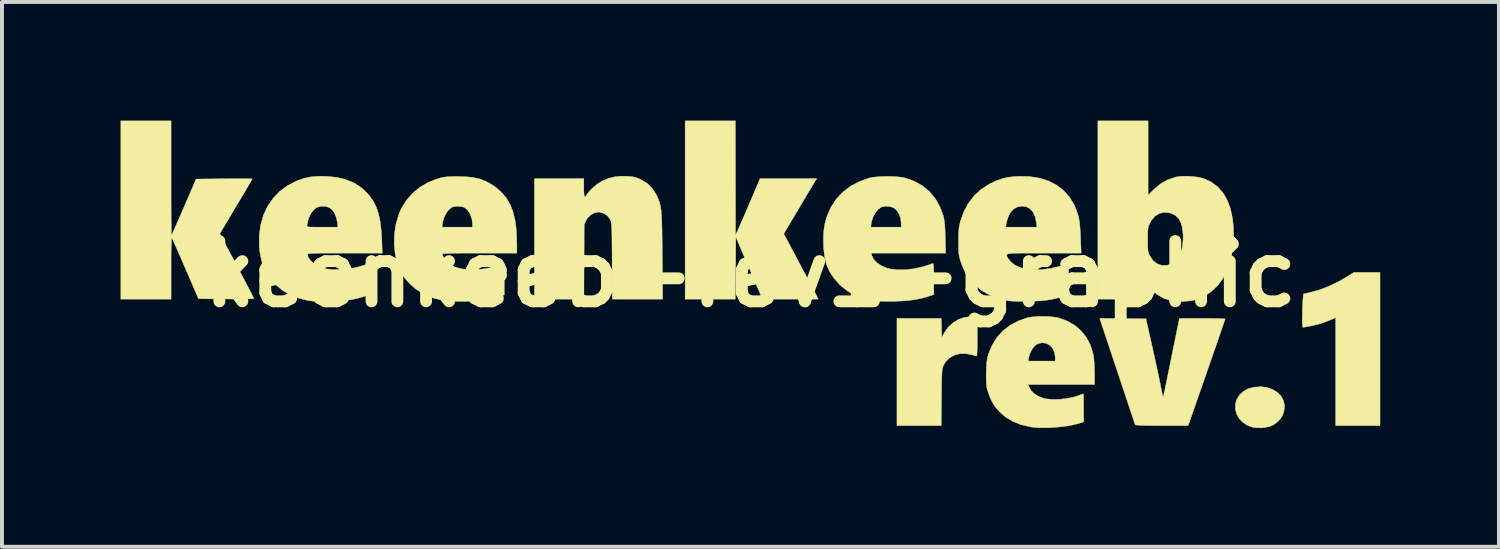
<source format=kicad_pcb>
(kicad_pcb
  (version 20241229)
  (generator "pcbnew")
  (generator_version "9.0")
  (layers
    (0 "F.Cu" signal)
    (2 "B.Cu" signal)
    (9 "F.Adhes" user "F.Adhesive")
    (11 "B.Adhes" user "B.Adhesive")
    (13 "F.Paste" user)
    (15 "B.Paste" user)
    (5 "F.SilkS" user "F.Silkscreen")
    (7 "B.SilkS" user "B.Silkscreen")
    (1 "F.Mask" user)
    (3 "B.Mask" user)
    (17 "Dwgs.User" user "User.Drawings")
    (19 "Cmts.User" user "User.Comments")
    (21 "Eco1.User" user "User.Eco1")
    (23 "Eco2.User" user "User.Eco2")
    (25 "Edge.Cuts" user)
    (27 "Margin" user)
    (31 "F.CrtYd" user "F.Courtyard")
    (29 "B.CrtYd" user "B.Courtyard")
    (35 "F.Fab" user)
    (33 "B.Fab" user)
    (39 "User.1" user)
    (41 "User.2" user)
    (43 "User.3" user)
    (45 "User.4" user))
  (footprint "keenkeeb-rev1-graphic"
    (layer "F.Cu")
    (at 15.922 3.878)
    (property "Reference" "keenkeeb-rev1-graphic" (at 0 0 0) (layer "F.SilkS") (effects (font (size 1.524 1.524) (thickness 0.3))))
    (attr through_hole)
    (fp_poly (pts (xy 15.917 3.831) (xy 14.796 3.831) (xy 14.796 1.101) (xy 14.674 1.156) (xy 14.413 1.255) (xy 14.179 1.311) (xy 14.1 1.325) (xy 14.033 1.338) (xy 13.996 1.345) (xy 13.977 1.348) (xy 13.964 1.343) (xy 13.956 1.323) (xy 13.952 1.282) (xy 13.951 1.212) (xy 13.951 1.108) (xy 13.952 1.085) (xy 13.954 0.964) (xy 13.958 0.841) (xy 13.963 0.731) (xy 13.967 0.658) (xy 13.981 0.501) (xy 14.118 0.473) (xy 14.365 0.408) (xy 14.623 0.31) (xy 14.882 0.185) (xy 15.094 0.061) (xy 15.255 -0.042) (xy 15.917 -0.042) (xy 15.917 3.831)) (stroke (width 0.01) (type solid)) (fill yes) (layer "F.SilkS"))
    (fp_poly (pts (xy 13.065 2.869) (xy 13.203 2.917) (xy 13.321 2.99) (xy 13.414 3.084) (xy 13.476 3.197) (xy 13.503 3.325) (xy 13.504 3.353) (xy 13.484 3.492) (xy 13.427 3.619) (xy 13.339 3.728) (xy 13.225 3.812) (xy 13.111 3.859) (xy 12.936 3.889) (xy 12.763 3.884) (xy 12.694 3.872) (xy 12.555 3.821) (xy 12.44 3.744) (xy 12.351 3.646) (xy 12.29 3.533) (xy 12.259 3.411) (xy 12.261 3.286) (xy 12.298 3.165) (xy 12.371 3.052) (xy 12.377 3.045) (xy 12.472 2.959) (xy 12.58 2.901) (xy 12.714 2.864) (xy 12.746 2.859) (xy 12.911 2.848) (xy 13.065 2.869)) (stroke (width 0.01) (type solid)) (fill yes) (layer "F.SilkS"))
    (fp_poly (pts (xy 5.66 1.088) (xy 5.736 1.103) (xy 5.736 1.588) (xy 5.736 1.727) (xy 5.734 1.85) (xy 5.731 1.951) (xy 5.727 2.026) (xy 5.723 2.068) (xy 5.72 2.074) (xy 5.692 2.068) (xy 5.639 2.054) (xy 5.601 2.042) (xy 5.438 2.011) (xy 5.284 2.015) (xy 5.145 2.054) (xy 5.025 2.126) (xy 4.928 2.228) (xy 4.882 2.307) (xy 4.87 2.335) (xy 4.86 2.364) (xy 4.852 2.4) (xy 4.846 2.447) (xy 4.842 2.511) (xy 4.838 2.595) (xy 4.835 2.704) (xy 4.833 2.844) (xy 4.831 3.02) (xy 4.83 3.117) (xy 4.823 3.831) (xy 3.704 3.831) (xy 3.704 1.122) (xy 4.825 1.122) (xy 4.837 1.598) (xy 4.903 1.482) (xy 5.002 1.342) (xy 5.125 1.229) (xy 5.266 1.145) (xy 5.416 1.094) (xy 5.57 1.079) (xy 5.66 1.088)) (stroke (width 0.01) (type solid)) (fill yes) (layer "F.SilkS"))
    (fp_poly (pts (xy -0.379 -2.429) (xy -0.377 -0.984) (xy -0.317 -1.111) (xy -0.294 -1.163) (xy -0.256 -1.248) (xy -0.207 -1.36) (xy -0.15 -1.491) (xy -0.088 -1.637) (xy -0.022 -1.791) (xy -0.007 -1.825) (xy 0.243 -2.412) (xy 0.96 -2.413) (xy 1.677 -2.413) (xy 1.646 -2.365) (xy 1.628 -2.337) (xy 1.592 -2.276) (xy 1.539 -2.188) (xy 1.472 -2.076) (xy 1.395 -1.947) (xy 1.309 -1.803) (xy 1.229 -1.668) (xy 0.843 -1.018) (xy 1.234 -0.281) (xy 1.322 -0.115) (xy 1.405 0.042) (xy 1.482 0.187) (xy 1.549 0.314) (xy 1.604 0.418) (xy 1.644 0.495) (xy 1.668 0.54) (xy 1.67 0.545) (xy 1.715 0.635) (xy 1.011 0.635) (xy 0.307 0.635) (xy -0.032 -0.151) (xy -0.37 -0.937) (xy -0.376 -0.151) (xy -0.382 0.635) (xy -1.651 0.635) (xy -1.651 -3.873) (xy -0.381 -3.873) (xy -0.379 -2.429)) (stroke (width 0.01) (type solid)) (fill yes) (layer "F.SilkS"))
    (fp_poly (pts (xy -3.142 -2.472) (xy -3.035 -2.466) (xy -2.955 -2.455) (xy -2.885 -2.437) (xy -2.812 -2.408) (xy -2.777 -2.392) (xy -2.618 -2.297) (xy -2.487 -2.171) (xy -2.384 -2.014) (xy -2.369 -1.982) (xy -2.341 -1.922) (xy -2.318 -1.866) (xy -2.298 -1.81) (xy -2.282 -1.75) (xy -2.269 -1.683) (xy -2.258 -1.604) (xy -2.25 -1.509) (xy -2.243 -1.395) (xy -2.239 -1.257) (xy -2.235 -1.091) (xy -2.232 -0.895) (xy -2.23 -0.662) (xy -2.228 -0.46) (xy -2.219 0.635) (xy -3.491 0.635) (xy -3.497 -0.333) (xy -3.498 -0.561) (xy -3.5 -0.75) (xy -3.501 -0.905) (xy -3.503 -1.029) (xy -3.506 -1.127) (xy -3.509 -1.202) (xy -3.513 -1.259) (xy -3.519 -1.3) (xy -3.525 -1.332) (xy -3.534 -1.356) (xy -3.544 -1.378) (xy -3.552 -1.393) (xy -3.619 -1.477) (xy -3.712 -1.537) (xy -3.819 -1.565) (xy -3.843 -1.566) (xy -3.944 -1.547) (xy -4.04 -1.493) (xy -4.119 -1.413) (xy -4.148 -1.366) (xy -4.202 -1.261) (xy -4.208 -0.313) (xy -4.215 0.635) (xy -5.461 0.635) (xy -5.461 -2.413) (xy -4.212 -2.413) (xy -4.212 -2.18) (xy -4.211 -2.087) (xy -4.206 -2.011) (xy -4.199 -1.962) (xy -4.193 -1.947) (xy -4.17 -1.964) (xy -4.138 -2.005) (xy -4.128 -2.02) (xy -4.063 -2.104) (xy -3.972 -2.193) (xy -3.868 -2.277) (xy -3.764 -2.343) (xy -3.735 -2.358) (xy -3.579 -2.422) (xy -3.428 -2.459) (xy -3.267 -2.474) (xy -3.142 -2.472)) (stroke (width 0.01) (type solid)) (fill yes) (layer "F.SilkS"))
    (fp_poly (pts (xy 9.415 1.127) (xy 10 1.132) (xy 10.163 1.863) (xy 10.204 2.047) (xy 10.245 2.231) (xy 10.283 2.408) (xy 10.317 2.569) (xy 10.346 2.708) (xy 10.369 2.818) (xy 10.378 2.868) (xy 10.402 2.985) (xy 10.42 3.061) (xy 10.433 3.096) (xy 10.442 3.092) (xy 10.442 3.09) (xy 10.449 3.059) (xy 10.463 2.991) (xy 10.484 2.89) (xy 10.511 2.761) (xy 10.542 2.608) (xy 10.578 2.435) (xy 10.616 2.247) (xy 10.65 2.08) (xy 10.845 1.122) (xy 11.423 1.122) (xy 11.575 1.122) (xy 11.712 1.124) (xy 11.828 1.126) (xy 11.919 1.128) (xy 11.978 1.131) (xy 12.001 1.135) (xy 12.002 1.135) (xy 11.995 1.156) (xy 11.975 1.213) (xy 11.945 1.303) (xy 11.905 1.42) (xy 11.856 1.562) (xy 11.8 1.724) (xy 11.738 1.903) (xy 11.672 2.094) (xy 11.602 2.294) (xy 11.531 2.498) (xy 11.46 2.704) (xy 11.389 2.906) (xy 11.321 3.102) (xy 11.257 3.286) (xy 11.198 3.455) (xy 11.145 3.606) (xy 11.1 3.734) (xy 11.09 3.762) (xy 11.066 3.831) (xy 10.401 3.831) (xy 10.205 3.831) (xy 10.049 3.83) (xy 9.928 3.827) (xy 9.838 3.824) (xy 9.777 3.819) (xy 9.741 3.813) (xy 9.726 3.806) (xy 9.725 3.805) (xy 9.717 3.781) (xy 9.697 3.72) (xy 9.665 3.625) (xy 9.623 3.501) (xy 9.573 3.35) (xy 9.515 3.176) (xy 9.45 2.982) (xy 9.38 2.772) (xy 9.306 2.549) (xy 9.273 2.45) (xy 8.83 1.121) (xy 9.415 1.127)) (stroke (width 0.01) (type solid)) (fill yes) (layer "F.SilkS"))
    (fp_poly (pts (xy -14.647 -2.42) (xy -14.647 -2.177) (xy -14.647 -1.946) (xy -14.646 -1.732) (xy -14.645 -1.538) (xy -14.644 -1.368) (xy -14.642 -1.224) (xy -14.641 -1.11) (xy -14.639 -1.029) (xy -14.637 -0.985) (xy -14.636 -0.978) (xy -14.625 -0.999) (xy -14.6 -1.055) (xy -14.561 -1.141) (xy -14.512 -1.253) (xy -14.454 -1.386) (xy -14.389 -1.535) (xy -14.319 -1.696) (xy -14.014 -2.402) (xy -13.304 -2.408) (xy -13.136 -2.409) (xy -12.981 -2.41) (xy -12.846 -2.41) (xy -12.735 -2.409) (xy -12.653 -2.408) (xy -12.605 -2.407) (xy -12.594 -2.405) (xy -12.605 -2.386) (xy -12.634 -2.334) (xy -12.681 -2.254) (xy -12.743 -2.15) (xy -12.816 -2.025) (xy -12.9 -1.884) (xy -12.991 -1.731) (xy -13.005 -1.708) (xy -13.415 -1.02) (xy -12.984 -0.208) (xy -12.893 -0.037) (xy -12.809 0.122) (xy -12.734 0.266) (xy -12.669 0.39) (xy -12.616 0.492) (xy -12.578 0.566) (xy -12.557 0.61) (xy -12.552 0.619) (xy -12.573 0.623) (xy -12.63 0.626) (xy -12.72 0.629) (xy -12.838 0.63) (xy -12.978 0.631) (xy -13.136 0.631) (xy -13.253 0.63) (xy -13.954 0.624) (xy -14.285 -0.141) (xy -14.358 -0.31) (xy -14.427 -0.467) (xy -14.488 -0.608) (xy -14.541 -0.727) (xy -14.584 -0.822) (xy -14.614 -0.888) (xy -14.63 -0.92) (xy -14.632 -0.923) (xy -14.635 -0.906) (xy -14.638 -0.851) (xy -14.641 -0.763) (xy -14.644 -0.647) (xy -14.646 -0.506) (xy -14.647 -0.346) (xy -14.647 -0.17) (xy -14.647 -0.152) (xy -14.647 0.635) (xy -15.917 0.635) (xy -15.917 -3.873) (xy -14.647 -3.873) (xy -14.647 -2.42)) (stroke (width 0.01) (type solid)) (fill yes) (layer "F.SilkS"))
    (fp_poly (pts (xy 10.054 -1.994) (xy 10.2 -2.14) (xy 10.365 -2.278) (xy 10.548 -2.382) (xy 10.741 -2.448) (xy 10.784 -2.458) (xy 10.903 -2.471) (xy 11.044 -2.473) (xy 11.191 -2.464) (xy 11.329 -2.447) (xy 11.443 -2.42) (xy 11.46 -2.415) (xy 11.649 -2.327) (xy 11.811 -2.207) (xy 11.946 -2.054) (xy 12.054 -1.87) (xy 12.135 -1.654) (xy 12.188 -1.407) (xy 12.209 -1.206) (xy 12.215 -0.897) (xy 12.191 -0.61) (xy 12.138 -0.345) (xy 12.057 -0.106) (xy 11.949 0.106) (xy 11.814 0.29) (xy 11.654 0.443) (xy 11.47 0.564) (xy 11.301 0.637) (xy 11.19 0.665) (xy 11.054 0.684) (xy 10.909 0.693) (xy 10.768 0.691) (xy 10.647 0.677) (xy 10.614 0.67) (xy 10.443 0.61) (xy 10.289 0.519) (xy 10.179 0.429) (xy 10.054 0.313) (xy 10.054 0.635) (xy 8.784 0.635) (xy 8.784 -0.868) (xy 10.044 -0.868) (xy 10.044 -0.747) (xy 10.046 -0.659) (xy 10.051 -0.595) (xy 10.06 -0.548) (xy 10.074 -0.506) (xy 10.095 -0.463) (xy 10.101 -0.452) (xy 10.181 -0.338) (xy 10.281 -0.26) (xy 10.395 -0.22) (xy 10.521 -0.22) (xy 10.611 -0.242) (xy 10.723 -0.304) (xy 10.812 -0.4) (xy 10.879 -0.529) (xy 10.921 -0.688) (xy 10.939 -0.875) (xy 10.938 -0.998) (xy 10.919 -1.171) (xy 10.88 -1.309) (xy 10.818 -1.414) (xy 10.732 -1.49) (xy 10.62 -1.54) (xy 10.586 -1.549) (xy 10.454 -1.559) (xy 10.334 -1.53) (xy 10.228 -1.463) (xy 10.139 -1.36) (xy 10.103 -1.297) (xy 10.08 -1.247) (xy 10.064 -1.203) (xy 10.053 -1.155) (xy 10.047 -1.096) (xy 10.044 -1.014) (xy 10.044 -0.902) (xy 10.044 -0.868) (xy 8.784 -0.868) (xy 8.784 -3.873) (xy 10.054 -3.873) (xy 10.054 -1.994)) (stroke (width 0.01) (type solid)) (fill yes) (layer "F.SilkS"))
    (fp_poly (pts (xy 7.532 1.074) (xy 7.67 1.086) (xy 7.781 1.106) (xy 7.787 1.108) (xy 8.006 1.186) (xy 8.199 1.296) (xy 8.362 1.436) (xy 8.496 1.605) (xy 8.596 1.799) (xy 8.663 2.018) (xy 8.667 2.036) (xy 8.683 2.146) (xy 8.694 2.286) (xy 8.699 2.444) (xy 8.7 2.497) (xy 8.7 2.794) (xy 7.024 2.794) (xy 7.039 2.842) (xy 7.087 2.937) (xy 7.171 3.022) (xy 7.282 3.091) (xy 7.414 3.141) (xy 7.469 3.154) (xy 7.63 3.17) (xy 7.812 3.167) (xy 8.001 3.146) (xy 8.182 3.108) (xy 8.303 3.069) (xy 8.364 3.046) (xy 8.407 3.031) (xy 8.419 3.027) (xy 8.421 3.047) (xy 8.422 3.102) (xy 8.423 3.186) (xy 8.424 3.292) (xy 8.424 3.383) (xy 8.424 3.739) (xy 8.313 3.774) (xy 8.149 3.815) (xy 7.958 3.849) (xy 7.752 3.872) (xy 7.543 3.885) (xy 7.344 3.887) (xy 7.165 3.876) (xy 7.08 3.864) (xy 6.84 3.808) (xy 6.63 3.724) (xy 6.447 3.613) (xy 6.309 3.494) (xy 6.21 3.385) (xy 6.133 3.273) (xy 6.069 3.145) (xy 6.019 3.014) (xy 5.995 2.943) (xy 5.979 2.881) (xy 5.969 2.818) (xy 5.963 2.741) (xy 5.961 2.642) (xy 5.96 2.54) (xy 5.963 2.371) (xy 5.974 2.232) (xy 5.979 2.201) (xy 7.022 2.201) (xy 7.705 2.201) (xy 7.705 2.099) (xy 7.688 1.98) (xy 7.641 1.88) (xy 7.572 1.803) (xy 7.484 1.754) (xy 7.386 1.736) (xy 7.283 1.755) (xy 7.24 1.774) (xy 7.176 1.827) (xy 7.116 1.909) (xy 7.067 2.006) (xy 7.037 2.105) (xy 7.036 2.111) (xy 7.022 2.201) (xy 5.979 2.201) (xy 5.994 2.111) (xy 6.028 1.997) (xy 6.077 1.876) (xy 6.119 1.787) (xy 6.235 1.598) (xy 6.384 1.434) (xy 6.565 1.295) (xy 6.775 1.184) (xy 6.993 1.107) (xy 7.1 1.087) (xy 7.234 1.074) (xy 7.383 1.07) (xy 7.532 1.074)) (stroke (width 0.01) (type solid)) (fill yes) (layer "F.SilkS"))
    (fp_poly (pts (xy 3.546 -2.467) (xy 3.694 -2.46) (xy 3.824 -2.446) (xy 3.916 -2.428) (xy 4.148 -2.344) (xy 4.352 -2.229) (xy 4.529 -2.082) (xy 4.676 -1.905) (xy 4.792 -1.699) (xy 4.875 -1.472) (xy 4.892 -1.402) (xy 4.904 -1.322) (xy 4.914 -1.224) (xy 4.921 -1.1) (xy 4.926 -0.943) (xy 4.926 -0.926) (xy 4.936 -0.529) (xy 3.051 -0.529) (xy 3.069 -0.465) (xy 3.117 -0.371) (xy 3.199 -0.285) (xy 3.31 -0.21) (xy 3.441 -0.153) (xy 3.531 -0.129) (xy 3.711 -0.107) (xy 3.915 -0.109) (xy 4.13 -0.134) (xy 4.347 -0.181) (xy 4.555 -0.247) (xy 4.598 -0.264) (xy 4.611 -0.267) (xy 4.621 -0.26) (xy 4.628 -0.236) (xy 4.632 -0.192) (xy 4.634 -0.122) (xy 4.635 -0.02) (xy 4.636 0.119) (xy 4.636 0.521) (xy 4.493 0.566) (xy 4.336 0.611) (xy 4.18 0.644) (xy 4.015 0.667) (xy 3.829 0.682) (xy 3.613 0.69) (xy 3.609 0.69) (xy 3.415 0.691) (xy 3.26 0.687) (xy 3.139 0.678) (xy 3.076 0.668) (xy 2.842 0.612) (xy 2.638 0.535) (xy 2.459 0.434) (xy 2.296 0.305) (xy 2.243 0.254) (xy 2.108 0.101) (xy 2.003 -0.059) (xy 1.928 -0.231) (xy 1.878 -0.425) (xy 1.852 -0.647) (xy 1.847 -0.73) (xy 1.845 -0.937) (xy 1.857 -1.115) (xy 1.868 -1.185) (xy 3.042 -1.185) (xy 3.81 -1.185) (xy 3.81 -1.298) (xy 3.796 -1.409) (xy 3.757 -1.517) (xy 3.7 -1.608) (xy 3.63 -1.67) (xy 3.62 -1.676) (xy 3.532 -1.705) (xy 3.43 -1.714) (xy 3.336 -1.701) (xy 3.319 -1.696) (xy 3.237 -1.644) (xy 3.162 -1.559) (xy 3.103 -1.45) (xy 3.063 -1.327) (xy 3.056 -1.283) (xy 3.042 -1.185) (xy 1.868 -1.185) (xy 1.884 -1.278) (xy 1.928 -1.438) (xy 1.935 -1.459) (xy 2.033 -1.687) (xy 2.166 -1.89) (xy 2.33 -2.067) (xy 2.525 -2.217) (xy 2.749 -2.337) (xy 3.001 -2.427) (xy 3.007 -2.428) (xy 3.109 -2.448) (xy 3.241 -2.461) (xy 3.39 -2.467) (xy 3.546 -2.467)) (stroke (width 0.01) (type solid)) (fill yes) (layer "F.SilkS"))
    (fp_poly (pts (xy -7.387 -2.465) (xy -7.174 -2.458) (xy -6.992 -2.438) (xy -6.833 -2.401) (xy -6.689 -2.345) (xy -6.549 -2.268) (xy -6.441 -2.194) (xy -6.292 -2.066) (xy -6.169 -1.919) (xy -6.071 -1.75) (xy -5.997 -1.557) (xy -5.946 -1.335) (xy -5.915 -1.082) (xy -5.906 -0.794) (xy -5.905 -0.789) (xy -5.905 -0.529) (xy -6.847 -0.529) (xy -7.081 -0.529) (xy -7.275 -0.528) (xy -7.433 -0.527) (xy -7.558 -0.525) (xy -7.652 -0.522) (xy -7.72 -0.518) (xy -7.763 -0.513) (xy -7.785 -0.508) (xy -7.789 -0.503) (xy -7.773 -0.448) (xy -7.731 -0.379) (xy -7.674 -0.31) (xy -7.609 -0.251) (xy -7.593 -0.24) (xy -7.465 -0.176) (xy -7.308 -0.133) (xy -7.128 -0.111) (xy -6.932 -0.111) (xy -6.728 -0.131) (xy -6.522 -0.173) (xy -6.376 -0.218) (xy -6.223 -0.271) (xy -6.223 0.526) (xy -6.355 0.569) (xy -6.504 0.612) (xy -6.655 0.644) (xy -6.818 0.667) (xy -7.004 0.682) (xy -7.221 0.69) (xy -7.239 0.69) (xy -7.429 0.691) (xy -7.58 0.688) (xy -7.699 0.68) (xy -7.779 0.668) (xy -8.038 0.6) (xy -8.269 0.5) (xy -8.471 0.371) (xy -8.612 0.244) (xy -8.716 0.129) (xy -8.794 0.023) (xy -8.855 -0.09) (xy -8.908 -0.223) (xy -8.922 -0.262) (xy -8.981 -0.5) (xy -9.007 -0.753) (xy -9 -1.011) (xy -8.973 -1.185) (xy -7.795 -1.185) (xy -7.027 -1.185) (xy -7.027 -1.266) (xy -7.042 -1.393) (xy -7.084 -1.513) (xy -7.147 -1.611) (xy -7.164 -1.629) (xy -7.213 -1.671) (xy -7.259 -1.694) (xy -7.32 -1.706) (xy -7.371 -1.71) (xy -7.452 -1.712) (xy -7.508 -1.704) (xy -7.556 -1.682) (xy -7.578 -1.668) (xy -7.647 -1.602) (xy -7.71 -1.507) (xy -7.758 -1.398) (xy -7.783 -1.292) (xy -7.795 -1.185) (xy -8.973 -1.185) (xy -8.961 -1.266) (xy -8.89 -1.506) (xy -8.828 -1.652) (xy -8.701 -1.86) (xy -8.542 -2.043) (xy -8.354 -2.197) (xy -8.138 -2.321) (xy -7.897 -2.413) (xy -7.884 -2.417) (xy -7.81 -2.437) (xy -7.741 -2.45) (xy -7.665 -2.459) (xy -7.574 -2.463) (xy -7.455 -2.465) (xy -7.387 -2.465)) (stroke (width 0.01) (type solid)) (fill yes) (layer "F.SilkS"))
    (fp_poly (pts (xy -10.721 -2.47) (xy -10.462 -2.445) (xy -10.232 -2.39) (xy -10.029 -2.307) (xy -9.849 -2.193) (xy -9.747 -2.105) (xy -9.629 -1.977) (xy -9.533 -1.84) (xy -9.457 -1.687) (xy -9.4 -1.513) (xy -9.358 -1.314) (xy -9.332 -1.083) (xy -9.32 -0.875) (xy -9.307 -0.529) (xy -10.252 -0.529) (xy -10.477 -0.529) (xy -10.663 -0.529) (xy -10.814 -0.528) (xy -10.934 -0.527) (xy -11.026 -0.525) (xy -11.094 -0.522) (xy -11.141 -0.518) (xy -11.171 -0.513) (xy -11.188 -0.507) (xy -11.196 -0.5) (xy -11.197 -0.492) (xy -11.178 -0.42) (xy -11.124 -0.344) (xy -11.043 -0.271) (xy -10.942 -0.205) (xy -10.854 -0.166) (xy -10.72 -0.13) (xy -10.556 -0.112) (xy -10.373 -0.112) (xy -10.181 -0.128) (xy -9.989 -0.161) (xy -9.805 -0.211) (xy -9.775 -0.221) (xy -9.631 -0.271) (xy -9.631 0.527) (xy -9.781 0.572) (xy -9.917 0.61) (xy -10.044 0.639) (xy -10.171 0.66) (xy -10.309 0.674) (xy -10.47 0.683) (xy -10.636 0.688) (xy -10.82 0.691) (xy -10.967 0.689) (xy -11.083 0.683) (xy -11.173 0.671) (xy -11.187 0.669) (xy -11.429 0.608) (xy -11.642 0.524) (xy -11.83 0.413) (xy -12.001 0.272) (xy -12.025 0.249) (xy -12.17 0.077) (xy -12.282 -0.12) (xy -12.361 -0.342) (xy -12.408 -0.59) (xy -12.418 -0.703) (xy -12.418 -0.984) (xy -12.387 -1.209) (xy -11.212 -1.209) (xy -11.202 -1.2) (xy -11.178 -1.193) (xy -11.132 -1.189) (xy -11.059 -1.187) (xy -10.955 -1.186) (xy -10.825 -1.185) (xy -10.429 -1.185) (xy -10.443 -1.307) (xy -10.472 -1.438) (xy -10.522 -1.552) (xy -10.588 -1.638) (xy -10.624 -1.667) (xy -10.715 -1.705) (xy -10.821 -1.715) (xy -10.924 -1.698) (xy -10.981 -1.672) (xy -11.051 -1.611) (xy -11.115 -1.524) (xy -11.164 -1.426) (xy -11.187 -1.348) (xy -11.198 -1.283) (xy -11.208 -1.231) (xy -11.211 -1.222) (xy -11.212 -1.209) (xy -12.387 -1.209) (xy -12.381 -1.247) (xy -12.31 -1.492) (xy -12.205 -1.716) (xy -12.067 -1.916) (xy -11.899 -2.091) (xy -11.7 -2.238) (xy -11.473 -2.354) (xy -11.454 -2.362) (xy -11.286 -2.42) (xy -11.116 -2.456) (xy -10.931 -2.472) (xy -10.721 -2.47)) (stroke (width 0.01) (type solid)) (fill yes) (layer "F.SilkS"))
    (fp_poly (pts (xy 7.057 -2.465) (xy 7.308 -2.426) (xy 7.536 -2.354) (xy 7.739 -2.25) (xy 7.915 -2.114) (xy 8.063 -1.949) (xy 8.182 -1.755) (xy 8.27 -1.533) (xy 8.278 -1.507) (xy 8.295 -1.442) (xy 8.309 -1.376) (xy 8.32 -1.303) (xy 8.329 -1.215) (xy 8.337 -1.106) (xy 8.344 -0.968) (xy 8.35 -0.82) (xy 8.362 -0.529) (xy 7.419 -0.529) (xy 7.19 -0.529) (xy 7 -0.529) (xy 6.845 -0.528) (xy 6.723 -0.527) (xy 6.629 -0.523) (xy 6.561 -0.518) (xy 6.515 -0.51) (xy 6.488 -0.499) (xy 6.477 -0.485) (xy 6.477 -0.468) (xy 6.486 -0.445) (xy 6.5 -0.419) (xy 6.507 -0.406) (xy 6.581 -0.308) (xy 6.688 -0.226) (xy 6.823 -0.163) (xy 6.953 -0.129) (xy 7.143 -0.109) (xy 7.355 -0.113) (xy 7.575 -0.14) (xy 7.791 -0.188) (xy 7.897 -0.221) (xy 8.043 -0.273) (xy 8.043 0.525) (xy 7.9 0.568) (xy 7.76 0.608) (xy 7.633 0.637) (xy 7.508 0.659) (xy 7.374 0.674) (xy 7.22 0.683) (xy 7.038 0.689) (xy 6.864 0.691) (xy 6.725 0.69) (xy 6.613 0.684) (xy 6.521 0.675) (xy 6.471 0.666) (xy 6.256 0.611) (xy 6.049 0.53) (xy 5.866 0.43) (xy 5.828 0.404) (xy 5.666 0.273) (xy 5.535 0.127) (xy 5.429 -0.042) (xy 5.342 -0.242) (xy 5.331 -0.275) (xy 5.304 -0.353) (xy 5.286 -0.417) (xy 5.274 -0.477) (xy 5.266 -0.543) (xy 5.263 -0.626) (xy 5.261 -0.734) (xy 5.261 -0.815) (xy 5.262 -0.953) (xy 5.265 -1.06) (xy 5.271 -1.145) (xy 5.277 -1.185) (xy 6.455 -1.185) (xy 7.242 -1.185) (xy 7.228 -1.307) (xy 7.197 -1.454) (xy 7.142 -1.571) (xy 7.065 -1.654) (xy 6.967 -1.702) (xy 6.875 -1.714) (xy 6.755 -1.698) (xy 6.657 -1.648) (xy 6.577 -1.561) (xy 6.523 -1.46) (xy 6.494 -1.38) (xy 6.473 -1.297) (xy 6.469 -1.275) (xy 6.455 -1.185) (xy 5.277 -1.185) (xy 5.282 -1.219) (xy 5.299 -1.293) (xy 5.309 -1.333) (xy 5.395 -1.576) (xy 5.513 -1.794) (xy 5.661 -1.985) (xy 5.838 -2.146) (xy 6.04 -2.276) (xy 6.075 -2.293) (xy 6.225 -2.362) (xy 6.359 -2.41) (xy 6.49 -2.442) (xy 6.635 -2.461) (xy 6.784 -2.471) (xy 7.057 -2.465)) (stroke (width 0.01) (type solid)) (fill yes) (layer "F.SilkS")))
  (gr_rect
    (start -3 -3)
    (end 34.845 10.773)
    (stroke (width 0.1) (type default))
    (fill no)
    (layer "Edge.Cuts")))
</source>
